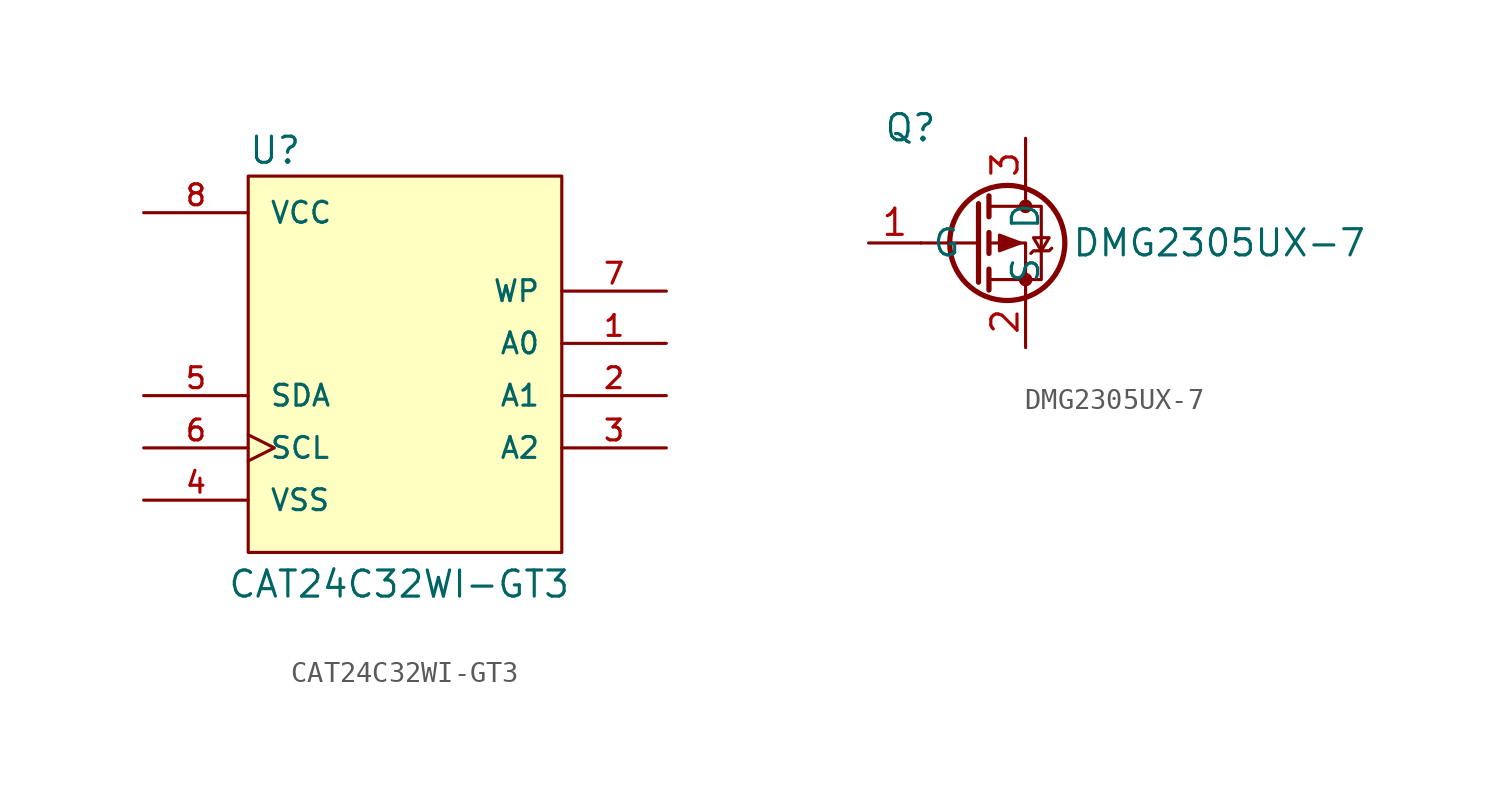
<source format=kicad_sym>
(kicad_symbol_lib
  (version 20231120)
  (generator "kicad_symbol_editor")
  (generator_version "8.0")
  (symbol "CAT24C32WI-GT3"
    (pin_names
      (offset 1.016))
    (property "Reference" "U"
      (at -7.62 16.256 0)
      (effects (font (size 1.27 1.27)) (justify left bottom)))
    (property "Value" "CAT24C32WI-GT3"
      (at -8.636 -4.826 0)
      (effects (font (size 1.27 1.27)) (justify left bottom)))
    (symbol "CAT24C32WI-GT3_0_0"
      (pin input line (at 12.7 7.62 180) (length 5.08) (name "A0" (effects (font (size 1.016 1.016)))) (number "1" (effects (font (size 1.016 1.016)))))
      (pin input line (at 12.7 5.08 180) (length 5.08) (name "A1" (effects (font (size 1.016 1.016)))) (number "2" (effects (font (size 1.016 1.016)))))
      (pin input line (at 12.7 2.54 180) (length 5.08) (name "A2" (effects (font (size 1.016 1.016)))) (number "3" (effects (font (size 1.016 1.016)))))
      (pin passive line (at -12.7 0 0) (length 5.08) (name "VSS" (effects (font (size 1.016 1.016)))) (number "4" (effects (font (size 1.016 1.016)))))
      (pin input line (at 12.7 10.16 180) (length 5.08) (name "WP" (effects (font (size 1.016 1.016)))) (number "7" (effects (font (size 1.016 1.016)))))
      (pin power_in line (at -12.7 13.97 0) (length 5.08) (name "VCC" (effects (font (size 1.016 1.016)))) (number "8" (effects (font (size 1.016 1.016))))))
    (symbol "CAT24C32WI-GT3_1_0"
      (rectangle (start -7.62 15.748) (end 7.62 -2.54) (stroke (width 0.152) (type default)) (fill (type background)))
      (pin bidirectional line (at -12.7 5.08 0) (length 5.08) (name "SDA" (effects (font (size 1.016 1.016)))) (number "5" (effects (font (size 1.016 1.016)))))
      (pin bidirectional clock (at -12.7 2.54 0) (length 5.08) (name "SCL" (effects (font (size 1.016 1.016)))) (number "6" (effects (font (size 1.016 1.016)))))))
  (symbol "DMG2305UX-7"
    (property "Reference" "Q"
      (at -5.588 5.588 0)
      (effects (font (size 1.27 1.27))))
    (property "Value" "DMG2305UX-7"
      (at 9.398 0 0)
      (effects (font (size 1.27 1.27))))
    (symbol "DMG2305UX-7_0_1"
      (circle (center -0.889 0) (radius 2.794) (stroke (width 0.254) (type default)) (fill (type none)))
      (circle (center 0 -1.778) (radius 0.254) (stroke (width 0) (type default)) (fill (type outline)))
      (polyline (pts (xy -2.286 0) (xy -5.08 0)) (stroke (width 0) (type default)) (fill (type none)))
      (polyline (pts (xy -2.286 1.905) (xy -2.286 -1.905)) (stroke (width 0.254) (type default)) (fill (type none)))
      (polyline (pts (xy -1.778 -1.27) (xy -1.778 -2.286)) (stroke (width 0.254) (type default)) (fill (type none)))
      (polyline (pts (xy -1.778 0.508) (xy -1.778 -0.508)) (stroke (width 0.254) (type default)) (fill (type none)))
      (polyline (pts (xy -1.778 2.286) (xy -1.778 1.27)) (stroke (width 0.254) (type default)) (fill (type none)))
      (polyline (pts (xy 0 2.54) (xy 0 1.778)) (stroke (width 0) (type default)) (fill (type none)))
      (polyline (pts (xy 0 -2.54) (xy 0 0) (xy -1.778 0)) (stroke (width 0) (type default)) (fill (type none)))
      (polyline (pts (xy -1.778 1.778) (xy 0.762 1.778) (xy 0.762 -1.778) (xy -1.778 -1.778)) (stroke (width 0) (type default)) (fill (type none)))
      (polyline (pts (xy -0.254 0) (xy -1.27 0.381) (xy -1.27 -0.381) (xy -0.254 0)) (stroke (width 0) (type default)) (fill (type outline)))
      (polyline (pts (xy 0.254 -0.508) (xy 0.381 -0.381) (xy 1.143 -0.381) (xy 1.27 -0.254)) (stroke (width 0) (type default)) (fill (type none)))
      (polyline (pts (xy 0.762 -0.381) (xy 0.381 0.254) (xy 1.143 0.254) (xy 0.762 -0.381)) (stroke (width 0) (type default)) (fill (type none)))
      (circle (center 0 1.778) (radius 0.254) (stroke (width 0) (type default)) (fill (type outline))))
    (symbol "DMG2305UX-7_1_1"
      (pin input line (at -7.62 0 0) (length 2.54) (name "G" (effects (font (size 1.27 1.27)))) (number "1" (effects (font (size 1.27 1.27)))))
      (pin passive line (at 0 -5.08 90) (length 2.54) (name "S" (effects (font (size 1.27 1.27)))) (number "2" (effects (font (size 1.27 1.27)))))
      (pin passive line (at 0 5.08 270) (length 2.54) (name "D" (effects (font (size 1.27 1.27)))) (number "3" (effects (font (size 1.27 1.27))))))))
</source>
